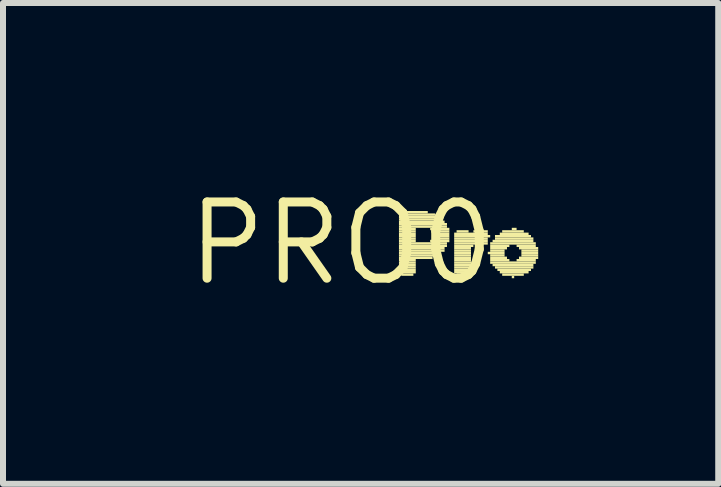
<source format=kicad_pcb>
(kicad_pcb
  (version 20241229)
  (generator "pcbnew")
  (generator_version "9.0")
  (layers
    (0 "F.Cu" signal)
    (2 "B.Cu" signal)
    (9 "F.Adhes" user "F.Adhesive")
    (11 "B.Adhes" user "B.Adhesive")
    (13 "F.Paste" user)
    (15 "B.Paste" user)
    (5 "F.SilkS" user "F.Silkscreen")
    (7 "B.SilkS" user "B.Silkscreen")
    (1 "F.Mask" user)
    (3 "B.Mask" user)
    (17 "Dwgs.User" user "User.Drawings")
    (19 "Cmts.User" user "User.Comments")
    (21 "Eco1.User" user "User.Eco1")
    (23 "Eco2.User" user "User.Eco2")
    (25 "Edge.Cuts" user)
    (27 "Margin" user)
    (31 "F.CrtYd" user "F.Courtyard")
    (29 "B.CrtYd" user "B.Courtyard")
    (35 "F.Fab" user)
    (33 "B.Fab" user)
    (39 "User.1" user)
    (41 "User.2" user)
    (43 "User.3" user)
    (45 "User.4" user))
  (footprint "PRO0"
    (layer "F.Cu")
    (at 2.638 1.006)
    (property "Reference" "PRO0" (at 0 0 0) (layer "F.SilkS") (effects (font (size 1.27 1.27) (thickness 0.15))))
    (attr through_hole)
    (fp_poly (pts (xy 0.96 -0.42) (xy 1.64 -0.42) (xy 1.64 -0.46) (xy 0.96 -0.46)) (stroke (width 0) (type solid)) (fill yes) (layer "F.SilkS"))
    (fp_poly (pts (xy 0.96 -0.38) (xy 1.68 -0.38) (xy 1.68 -0.42) (xy 0.96 -0.42)) (stroke (width 0) (type solid)) (fill yes) (layer "F.SilkS"))
    (fp_poly (pts (xy 0.96 -0.34) (xy 1.72 -0.34) (xy 1.72 -0.38) (xy 0.96 -0.38)) (stroke (width 0) (type solid)) (fill yes) (layer "F.SilkS"))
    (fp_poly (pts (xy 0.96 -0.3) (xy 1.76 -0.3) (xy 1.76 -0.34) (xy 0.96 -0.34)) (stroke (width 0) (type solid)) (fill yes) (layer "F.SilkS"))
    (fp_poly (pts (xy 0.96 -0.26) (xy 1.76 -0.26) (xy 1.76 -0.3) (xy 0.96 -0.3)) (stroke (width 0) (type solid)) (fill yes) (layer "F.SilkS"))
    (fp_poly (pts (xy 0.96 -0.22) (xy 1.24 -0.22) (xy 1.24 -0.26) (xy 0.96 -0.26)) (stroke (width 0) (type solid)) (fill yes) (layer "F.SilkS"))
    (fp_poly (pts (xy 0.96 -0.18) (xy 1.24 -0.18) (xy 1.24 -0.22) (xy 0.96 -0.22)) (stroke (width 0) (type solid)) (fill yes) (layer "F.SilkS"))
    (fp_poly (pts (xy 0.96 -0.14) (xy 1.24 -0.14) (xy 1.24 -0.18) (xy 0.96 -0.18)) (stroke (width 0) (type solid)) (fill yes) (layer "F.SilkS"))
    (fp_poly (pts (xy 0.96 -0.1) (xy 1.24 -0.1) (xy 1.24 -0.14) (xy 0.96 -0.14)) (stroke (width 0) (type solid)) (fill yes) (layer "F.SilkS"))
    (fp_poly (pts (xy 0.96 -0.06) (xy 1.24 -0.06) (xy 1.24 -0.1) (xy 0.96 -0.1)) (stroke (width 0) (type solid)) (fill yes) (layer "F.SilkS"))
    (fp_poly (pts (xy 0.96 -0.02) (xy 1.24 -0.02) (xy 1.24 -0.06) (xy 0.96 -0.06)) (stroke (width 0) (type solid)) (fill yes) (layer "F.SilkS"))
    (fp_poly (pts (xy 0.96 0.02) (xy 1.76 0.02) (xy 1.76 -0.02) (xy 0.96 -0.02)) (stroke (width 0) (type solid)) (fill yes) (layer "F.SilkS"))
    (fp_poly (pts (xy 0.96 0.06) (xy 1.76 0.06) (xy 1.76 0.02) (xy 0.96 0.02)) (stroke (width 0) (type solid)) (fill yes) (layer "F.SilkS"))
    (fp_poly (pts (xy 0.96 0.1) (xy 1.72 0.1) (xy 1.72 0.06) (xy 0.96 0.06)) (stroke (width 0) (type solid)) (fill yes) (layer "F.SilkS"))
    (fp_poly (pts (xy 0.96 0.14) (xy 1.72 0.14) (xy 1.72 0.1) (xy 0.96 0.1)) (stroke (width 0) (type solid)) (fill yes) (layer "F.SilkS"))
    (fp_poly (pts (xy 0.96 0.18) (xy 1.64 0.18) (xy 1.64 0.14) (xy 0.96 0.14)) (stroke (width 0) (type solid)) (fill yes) (layer "F.SilkS"))
    (fp_poly (pts (xy 0.96 0.22) (xy 1.6 0.22) (xy 1.6 0.18) (xy 0.96 0.18)) (stroke (width 0) (type solid)) (fill yes) (layer "F.SilkS"))
    (fp_poly (pts (xy 0.96 0.26) (xy 1.52 0.26) (xy 1.52 0.22) (xy 0.96 0.22)) (stroke (width 0) (type solid)) (fill yes) (layer "F.SilkS"))
    (fp_poly (pts (xy 0.96 0.3) (xy 1.24 0.3) (xy 1.24 0.26) (xy 0.96 0.26)) (stroke (width 0) (type solid)) (fill yes) (layer "F.SilkS"))
    (fp_poly (pts (xy 0.96 0.34) (xy 1.24 0.34) (xy 1.24 0.3) (xy 0.96 0.3)) (stroke (width 0) (type solid)) (fill yes) (layer "F.SilkS"))
    (fp_poly (pts (xy 0.96 0.38) (xy 1.24 0.38) (xy 1.24 0.34) (xy 0.96 0.34)) (stroke (width 0) (type solid)) (fill yes) (layer "F.SilkS"))
    (fp_poly (pts (xy 0.96 0.42) (xy 1.24 0.42) (xy 1.24 0.38) (xy 0.96 0.38)) (stroke (width 0) (type solid)) (fill yes) (layer "F.SilkS"))
    (fp_poly (pts (xy 0.96 0.46) (xy 1.24 0.46) (xy 1.24 0.42) (xy 0.96 0.42)) (stroke (width 0) (type solid)) (fill yes) (layer "F.SilkS"))
    (fp_poly (pts (xy 0.96 0.5) (xy 1.24 0.5) (xy 1.24 0.46) (xy 0.96 0.46)) (stroke (width 0) (type solid)) (fill yes) (layer "F.SilkS"))
    (fp_poly (pts (xy 1 -0.46) (xy 1.56 -0.46) (xy 1.56 -0.5) (xy 1 -0.5)) (stroke (width 0) (type solid)) (fill yes) (layer "F.SilkS"))
    (fp_poly (pts (xy 1 0.54) (xy 1.2 0.54) (xy 1.2 0.5) (xy 1 0.5)) (stroke (width 0) (type solid)) (fill yes) (layer "F.SilkS"))
    (fp_poly (pts (xy 1.08 -0.5) (xy 1.44 -0.5) (xy 1.44 -0.54) (xy 1.08 -0.54)) (stroke (width 0) (type solid)) (fill yes) (layer "F.SilkS"))
    (fp_poly (pts (xy 1.48 -0.22) (xy 1.8 -0.22) (xy 1.8 -0.26) (xy 1.48 -0.26)) (stroke (width 0) (type solid)) (fill yes) (layer "F.SilkS"))
    (fp_poly (pts (xy 1.48 -0.02) (xy 1.8 -0.02) (xy 1.8 -0.06) (xy 1.48 -0.06)) (stroke (width 0) (type solid)) (fill yes) (layer "F.SilkS"))
    (fp_poly (pts (xy 1.52 -0.18) (xy 1.8 -0.18) (xy 1.8 -0.22) (xy 1.52 -0.22)) (stroke (width 0) (type solid)) (fill yes) (layer "F.SilkS"))
    (fp_poly (pts (xy 1.52 -0.14) (xy 1.8 -0.14) (xy 1.8 -0.18) (xy 1.52 -0.18)) (stroke (width 0) (type solid)) (fill yes) (layer "F.SilkS"))
    (fp_poly (pts (xy 1.52 -0.1) (xy 1.8 -0.1) (xy 1.8 -0.14) (xy 1.52 -0.14)) (stroke (width 0) (type solid)) (fill yes) (layer "F.SilkS"))
    (fp_poly (pts (xy 1.52 -0.06) (xy 1.8 -0.06) (xy 1.8 -0.1) (xy 1.52 -0.1)) (stroke (width 0) (type solid)) (fill yes) (layer "F.SilkS"))
    (fp_poly (pts (xy 1.88 -0.14) (xy 2.44 -0.14) (xy 2.44 -0.18) (xy 1.88 -0.18)) (stroke (width 0) (type solid)) (fill yes) (layer "F.SilkS"))
    (fp_poly (pts (xy 1.88 -0.1) (xy 2.48 -0.1) (xy 2.48 -0.14) (xy 1.88 -0.14)) (stroke (width 0) (type solid)) (fill yes) (layer "F.SilkS"))
    (fp_poly (pts (xy 1.88 -0.06) (xy 2.44 -0.06) (xy 2.44 -0.1) (xy 1.88 -0.1)) (stroke (width 0) (type solid)) (fill yes) (layer "F.SilkS"))
    (fp_poly (pts (xy 1.88 -0.02) (xy 2.44 -0.02) (xy 2.44 -0.06) (xy 1.88 -0.06)) (stroke (width 0) (type solid)) (fill yes) (layer "F.SilkS"))
    (fp_poly (pts (xy 1.88 0.02) (xy 2.44 0.02) (xy 2.44 -0.02) (xy 1.88 -0.02)) (stroke (width 0) (type solid)) (fill yes) (layer "F.SilkS"))
    (fp_poly (pts (xy 1.88 0.06) (xy 2.2 0.06) (xy 2.2 0.02) (xy 1.88 0.02)) (stroke (width 0) (type solid)) (fill yes) (layer "F.SilkS"))
    (fp_poly (pts (xy 1.88 0.1) (xy 2.16 0.1) (xy 2.16 0.06) (xy 1.88 0.06)) (stroke (width 0) (type solid)) (fill yes) (layer "F.SilkS"))
    (fp_poly (pts (xy 1.88 0.14) (xy 2.16 0.14) (xy 2.16 0.1) (xy 1.88 0.1)) (stroke (width 0) (type solid)) (fill yes) (layer "F.SilkS"))
    (fp_poly (pts (xy 1.88 0.18) (xy 2.16 0.18) (xy 2.16 0.14) (xy 1.88 0.14)) (stroke (width 0) (type solid)) (fill yes) (layer "F.SilkS"))
    (fp_poly (pts (xy 1.88 0.22) (xy 2.16 0.22) (xy 2.16 0.18) (xy 1.88 0.18)) (stroke (width 0) (type solid)) (fill yes) (layer "F.SilkS"))
    (fp_poly (pts (xy 1.88 0.26) (xy 2.16 0.26) (xy 2.16 0.22) (xy 1.88 0.22)) (stroke (width 0) (type solid)) (fill yes) (layer "F.SilkS"))
    (fp_poly (pts (xy 1.88 0.3) (xy 2.16 0.3) (xy 2.16 0.26) (xy 1.88 0.26)) (stroke (width 0) (type solid)) (fill yes) (layer "F.SilkS"))
    (fp_poly (pts (xy 1.88 0.34) (xy 2.16 0.34) (xy 2.16 0.3) (xy 1.88 0.3)) (stroke (width 0) (type solid)) (fill yes) (layer "F.SilkS"))
    (fp_poly (pts (xy 1.88 0.38) (xy 2.16 0.38) (xy 2.16 0.34) (xy 1.88 0.34)) (stroke (width 0) (type solid)) (fill yes) (layer "F.SilkS"))
    (fp_poly (pts (xy 1.88 0.42) (xy 2.16 0.42) (xy 2.16 0.38) (xy 1.88 0.38)) (stroke (width 0) (type solid)) (fill yes) (layer "F.SilkS"))
    (fp_poly (pts (xy 1.88 0.46) (xy 2.12 0.46) (xy 2.12 0.42) (xy 1.88 0.42)) (stroke (width 0) (type solid)) (fill yes) (layer "F.SilkS"))
    (fp_poly (pts (xy 1.88 0.5) (xy 2.12 0.5) (xy 2.12 0.46) (xy 1.88 0.46)) (stroke (width 0) (type solid)) (fill yes) (layer "F.SilkS"))
    (fp_poly (pts (xy 1.92 -0.18) (xy 2.12 -0.18) (xy 2.12 -0.22) (xy 1.92 -0.22)) (stroke (width 0) (type solid)) (fill yes) (layer "F.SilkS"))
    (fp_poly (pts (xy 1.92 0.54) (xy 2.12 0.54) (xy 2.12 0.5) (xy 1.92 0.5)) (stroke (width 0) (type solid)) (fill yes) (layer "F.SilkS"))
    (fp_poly (pts (xy 2.2 -0.18) (xy 2.44 -0.18) (xy 2.44 -0.22) (xy 2.2 -0.22)) (stroke (width 0) (type solid)) (fill yes) (layer "F.SilkS"))
    (fp_poly (pts (xy 2.32 0.06) (xy 2.36 0.06) (xy 2.36 0.02) (xy 2.32 0.02)) (stroke (width 0) (type solid)) (fill yes) (layer "F.SilkS"))
    (fp_poly (pts (xy 2.44 0.18) (xy 2.72 0.18) (xy 2.72 0.14) (xy 2.44 0.14)) (stroke (width 0) (type solid)) (fill yes) (layer "F.SilkS"))
    (fp_poly (pts (xy 2.48 0.02) (xy 3.24 0.02) (xy 3.24 -0.02) (xy 2.48 -0.02)) (stroke (width 0) (type solid)) (fill yes) (layer "F.SilkS"))
    (fp_poly (pts (xy 2.48 0.06) (xy 2.8 0.06) (xy 2.8 0.02) (xy 2.48 0.02)) (stroke (width 0) (type solid)) (fill yes) (layer "F.SilkS"))
    (fp_poly (pts (xy 2.48 0.1) (xy 2.76 0.1) (xy 2.76 0.06) (xy 2.48 0.06)) (stroke (width 0) (type solid)) (fill yes) (layer "F.SilkS"))
    (fp_poly (pts (xy 2.48 0.14) (xy 2.72 0.14) (xy 2.72 0.1) (xy 2.48 0.1)) (stroke (width 0) (type solid)) (fill yes) (layer "F.SilkS"))
    (fp_poly (pts (xy 2.48 0.22) (xy 2.72 0.22) (xy 2.72 0.18) (xy 2.48 0.18)) (stroke (width 0) (type solid)) (fill yes) (layer "F.SilkS"))
    (fp_poly (pts (xy 2.48 0.26) (xy 2.76 0.26) (xy 2.76 0.22) (xy 2.48 0.22)) (stroke (width 0) (type solid)) (fill yes) (layer "F.SilkS"))
    (fp_poly (pts (xy 2.48 0.3) (xy 2.8 0.3) (xy 2.8 0.26) (xy 2.48 0.26)) (stroke (width 0) (type solid)) (fill yes) (layer "F.SilkS"))
    (fp_poly (pts (xy 2.48 0.34) (xy 3.24 0.34) (xy 3.24 0.3) (xy 2.48 0.3)) (stroke (width 0) (type solid)) (fill yes) (layer "F.SilkS"))
    (fp_poly (pts (xy 2.52 -0.02) (xy 3.2 -0.02) (xy 3.2 -0.06) (xy 2.52 -0.06)) (stroke (width 0) (type solid)) (fill yes) (layer "F.SilkS"))
    (fp_poly (pts (xy 2.52 0.38) (xy 3.2 0.38) (xy 3.2 0.34) (xy 2.52 0.34)) (stroke (width 0) (type solid)) (fill yes) (layer "F.SilkS"))
    (fp_poly (pts (xy 2.56 -0.1) (xy 3.16 -0.1) (xy 3.16 -0.14) (xy 2.56 -0.14)) (stroke (width 0) (type solid)) (fill yes) (layer "F.SilkS"))
    (fp_poly (pts (xy 2.56 -0.06) (xy 3.2 -0.06) (xy 3.2 -0.1) (xy 2.56 -0.1)) (stroke (width 0) (type solid)) (fill yes) (layer "F.SilkS"))
    (fp_poly (pts (xy 2.56 0.42) (xy 3.2 0.42) (xy 3.2 0.38) (xy 2.56 0.38)) (stroke (width 0) (type solid)) (fill yes) (layer "F.SilkS"))
    (fp_poly (pts (xy 2.6 0.46) (xy 3.16 0.46) (xy 3.16 0.42) (xy 2.6 0.42)) (stroke (width 0) (type solid)) (fill yes) (layer "F.SilkS"))
    (fp_poly (pts (xy 2.64 -0.14) (xy 3.12 -0.14) (xy 3.12 -0.18) (xy 2.64 -0.18)) (stroke (width 0) (type solid)) (fill yes) (layer "F.SilkS"))
    (fp_poly (pts (xy 2.64 0.5) (xy 3.12 0.5) (xy 3.12 0.46) (xy 2.64 0.46)) (stroke (width 0) (type solid)) (fill yes) (layer "F.SilkS"))
    (fp_poly (pts (xy 2.68 -0.18) (xy 3.04 -0.18) (xy 3.04 -0.22) (xy 2.68 -0.22)) (stroke (width 0) (type solid)) (fill yes) (layer "F.SilkS"))
    (fp_poly (pts (xy 2.68 0.54) (xy 3.04 0.54) (xy 3.04 0.5) (xy 2.68 0.5)) (stroke (width 0) (type solid)) (fill yes) (layer "F.SilkS"))
    (fp_poly (pts (xy 2.84 -0.22) (xy 2.92 -0.22) (xy 2.92 -0.26) (xy 2.84 -0.26)) (stroke (width 0) (type solid)) (fill yes) (layer "F.SilkS"))
    (fp_poly (pts (xy 2.84 0.58) (xy 2.88 0.58) (xy 2.88 0.54) (xy 2.84 0.54)) (stroke (width 0) (type solid)) (fill yes) (layer "F.SilkS"))
    (fp_poly (pts (xy 2.92 0.06) (xy 3.24 0.06) (xy 3.24 0.02) (xy 2.92 0.02)) (stroke (width 0) (type solid)) (fill yes) (layer "F.SilkS"))
    (fp_poly (pts (xy 2.92 0.3) (xy 3.24 0.3) (xy 3.24 0.26) (xy 2.92 0.26)) (stroke (width 0) (type solid)) (fill yes) (layer "F.SilkS"))
    (fp_poly (pts (xy 2.96 0.1) (xy 3.28 0.1) (xy 3.28 0.06) (xy 2.96 0.06)) (stroke (width 0) (type solid)) (fill yes) (layer "F.SilkS"))
    (fp_poly (pts (xy 2.96 0.26) (xy 3.28 0.26) (xy 3.28 0.22) (xy 2.96 0.22)) (stroke (width 0) (type solid)) (fill yes) (layer "F.SilkS"))
    (fp_poly (pts (xy 3 0.14) (xy 3.28 0.14) (xy 3.28 0.1) (xy 3 0.1)) (stroke (width 0) (type solid)) (fill yes) (layer "F.SilkS"))
    (fp_poly (pts (xy 3 0.18) (xy 3.28 0.18) (xy 3.28 0.14) (xy 3 0.14)) (stroke (width 0) (type solid)) (fill yes) (layer "F.SilkS"))
    (fp_poly (pts (xy 3 0.22) (xy 3.28 0.22) (xy 3.28 0.18) (xy 3 0.18)) (stroke (width 0) (type solid)) (fill yes) (layer "F.SilkS")))
  (gr_rect
    (start -3 -3)
    (end 8.918 5.012)
    (stroke (width 0.1) (type default))
    (fill no)
    (layer "Edge.Cuts")))
</source>
